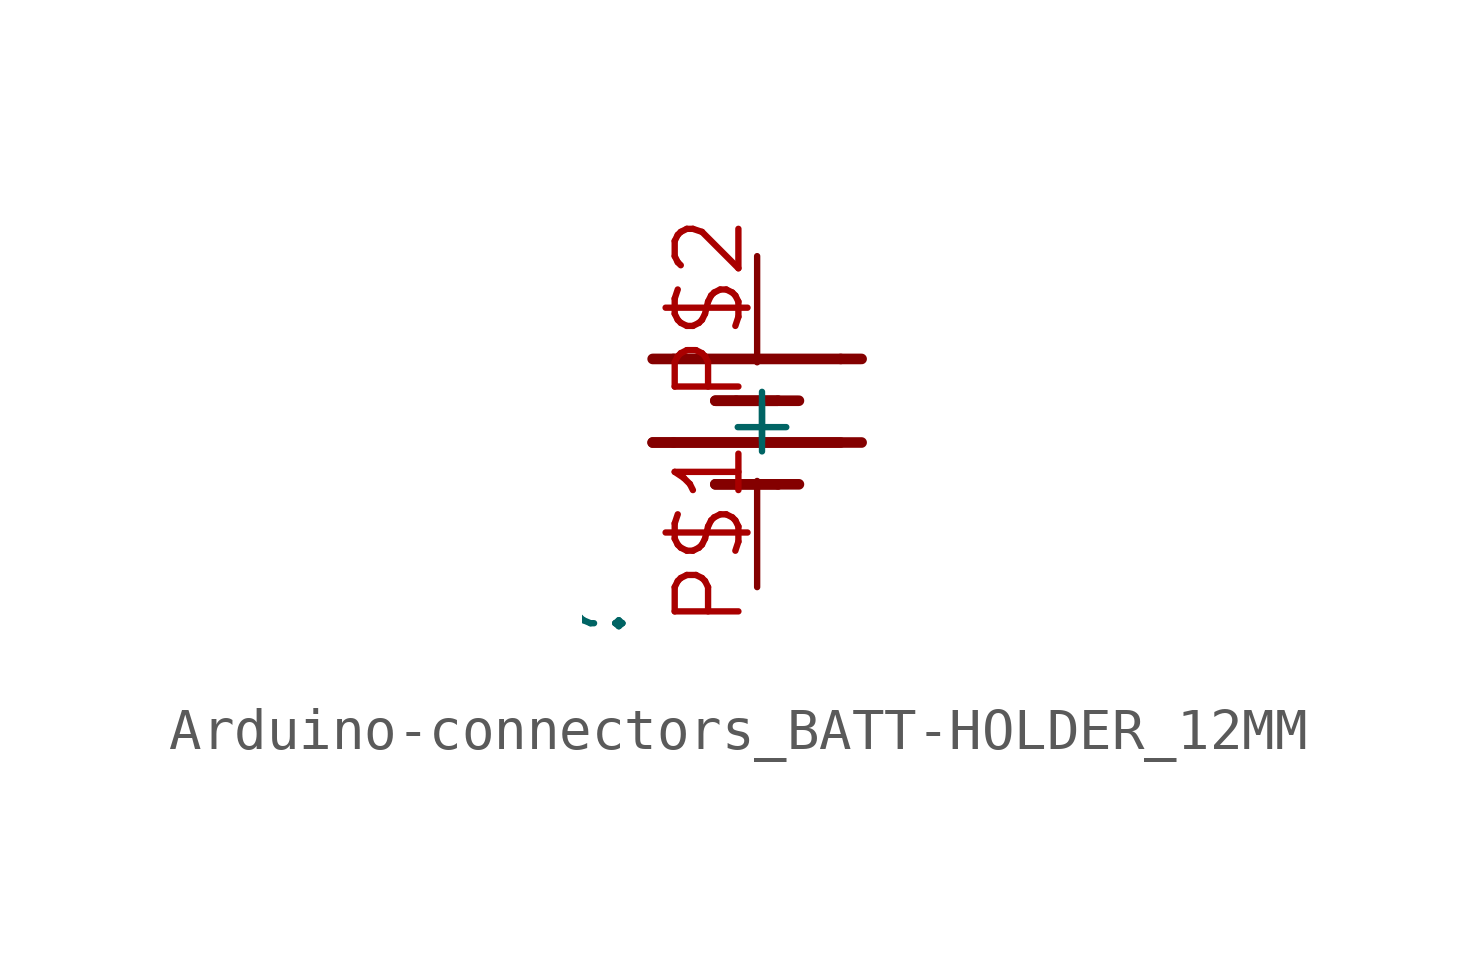
<source format=kicad_sym>
(kicad_symbol_lib
  (version 20241209)
  (generator "kicad_symbol_editor")
  (generator_version "9.0")
  (symbol "Arduino-connectors_BATT-HOLDER_12MM"
    (property "Reference" ""
      (at -3 -6 90)
      (effects (font (size 1.778 1.511)) (justify left bottom)))
    (property "ki_locked" ""
      (at 0 0 0)
      (effects (font (size 1.27 1.27))))
    (symbol "Arduino-connectors_BATT-HOLDER_12MM_1_0"
      (polyline (pts (xy -2.5 -1) (xy 2.5 -1)) (stroke (width 0.254) (type solid)) (fill (type none)))
      (polyline (pts (xy -2 1) (xy -2.5 1)) (stroke (width 0.254) (type solid)) (fill (type none)))
      (polyline (pts (xy -2 1) (xy 2 1)) (stroke (width 0.254) (type solid)) (fill (type none)))
      (polyline (pts (xy -2 -1) (xy -2.5 -1)) (stroke (width 0.254) (type solid)) (fill (type none)))
      (polyline (pts (xy -2 -1) (xy 2 -1)) (stroke (width 0.254) (type solid)) (fill (type none)))
      (polyline (pts (xy -1 0) (xy 0.5 0)) (stroke (width 0.254) (type solid)) (fill (type none)))
      (polyline (pts (xy -1 -2) (xy 0.5 -2)) (stroke (width 0.254) (type solid)) (fill (type none)))
      (polyline (pts (xy -0.5 0) (xy -1 0)) (stroke (width 0.254) (type solid)) (fill (type none)))
      (polyline (pts (xy -0.5 0) (xy 0.5 0)) (stroke (width 0.254) (type solid)) (fill (type none)))
      (polyline (pts (xy -0.5 -2) (xy -1 -2)) (stroke (width 0.254) (type solid)) (fill (type none)))
      (polyline (pts (xy -0.5 -2) (xy 0.5 -2)) (stroke (width 0.254) (type solid)) (fill (type none)))
      (polyline (pts (xy 0.5 0) (xy 1 0)) (stroke (width 0.254) (type solid)) (fill (type none)))
      (polyline (pts (xy 0.5 -2) (xy 1 -2)) (stroke (width 0.254) (type solid)) (fill (type none)))
      (polyline (pts (xy 2 1) (xy 2.5 1)) (stroke (width 0.254) (type solid)) (fill (type none)))
      (pin bidirectional line (at 0 3.46 270) (length 2.54) (name "+" (effects (font (size 1.524 1.524)))) (number "P$2" (effects (font (size 1.524 1.524)))))
      (pin bidirectional line (at 0 -4.46 90) (length 2.54) (name "-" (effects (font (size 1.524 1.524)))) (number "P$1" (effects (font (size 1.524 1.524))))))))
</source>
